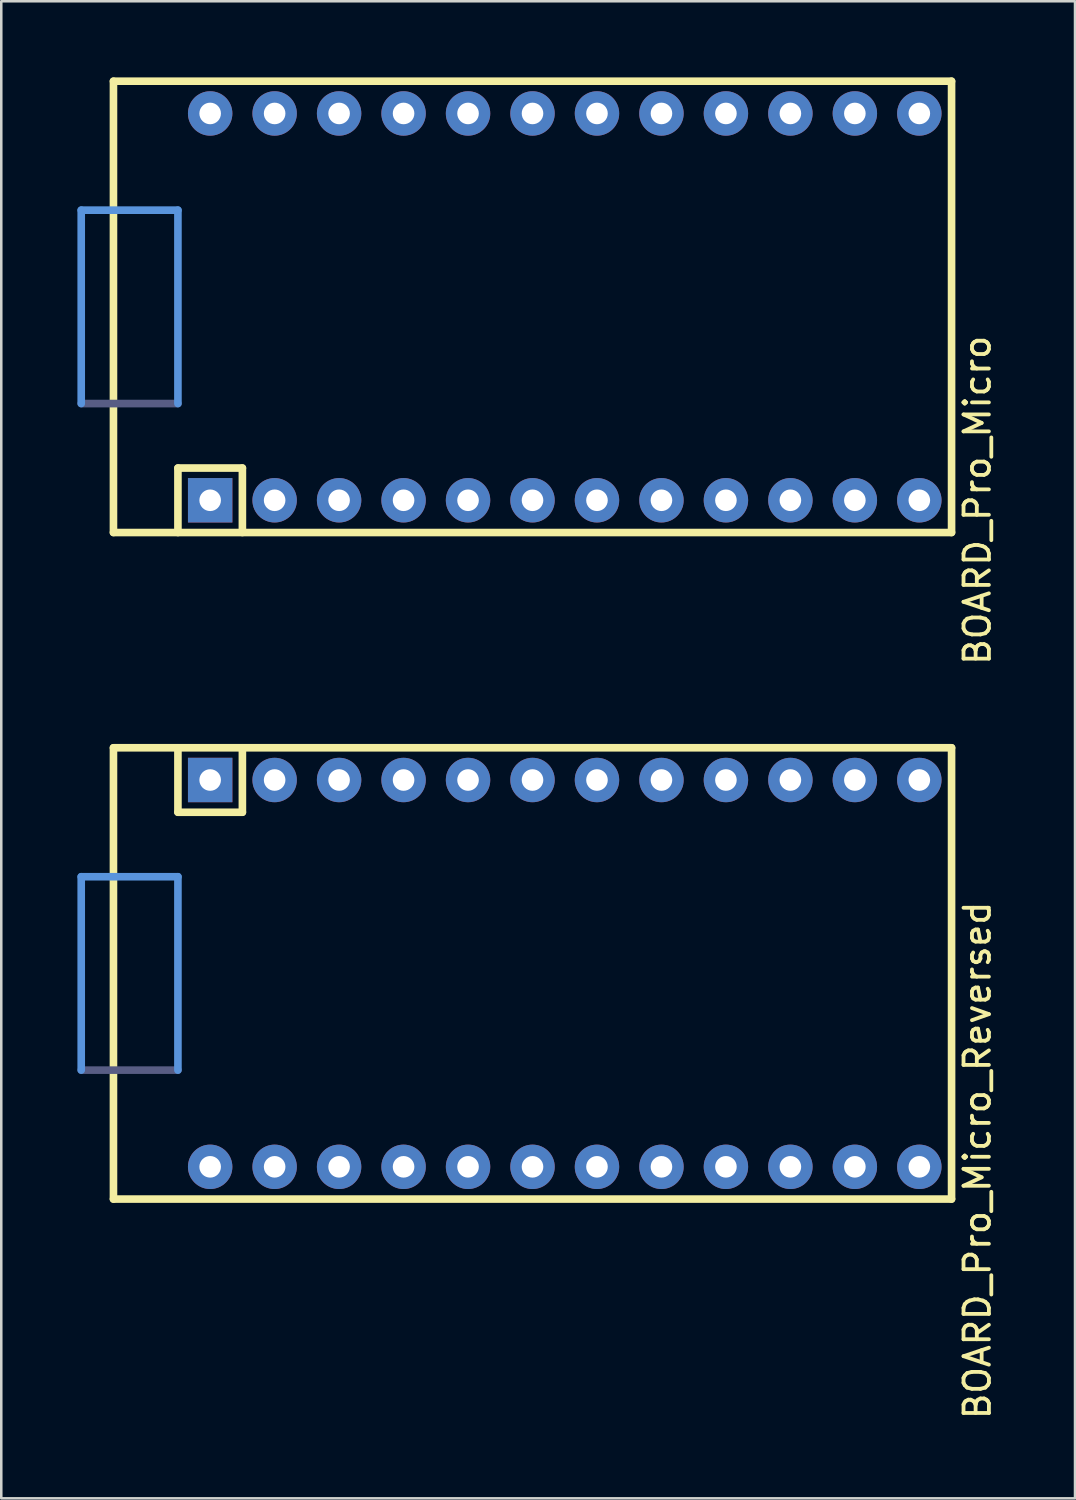
<source format=kicad_pcb>
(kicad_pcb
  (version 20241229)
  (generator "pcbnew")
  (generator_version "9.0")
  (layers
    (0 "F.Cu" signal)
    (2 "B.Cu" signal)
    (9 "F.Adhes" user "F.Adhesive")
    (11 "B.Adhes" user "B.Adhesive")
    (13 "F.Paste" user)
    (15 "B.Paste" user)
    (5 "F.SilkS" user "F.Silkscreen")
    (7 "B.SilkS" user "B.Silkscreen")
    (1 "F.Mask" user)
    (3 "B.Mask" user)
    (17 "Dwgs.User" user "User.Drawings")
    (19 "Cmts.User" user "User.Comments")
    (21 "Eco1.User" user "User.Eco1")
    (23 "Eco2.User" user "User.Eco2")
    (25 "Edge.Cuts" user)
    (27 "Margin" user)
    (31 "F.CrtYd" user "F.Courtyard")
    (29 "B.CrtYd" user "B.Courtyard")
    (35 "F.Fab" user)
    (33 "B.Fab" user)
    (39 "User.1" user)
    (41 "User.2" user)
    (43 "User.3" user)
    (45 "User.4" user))
  (footprint "BOARD_Pro_Micro_Reversed"
    (layer "F.Cu")
    (at 1.42 35.301)
    (property "Reference" "BOARD_Pro_Micro_Reversed" (at 34.036 7.366 270) (layer "F.SilkS") (effects (font (size 1 1) (thickness 0.15))))
    (attr through_hole)
    (fp_line (start 0 -8.89) (end 0 8.89) (stroke (width 0.3) (type solid)) (layer "F.SilkS"))
    (fp_line (start 0 8.89) (end 33.02 8.89) (stroke (width 0.3) (type solid)) (layer "F.SilkS"))
    (fp_line (start 2.54 -8.89) (end 2.54 -6.35) (stroke (width 0.3) (type solid)) (layer "F.SilkS"))
    (fp_line (start 2.54 -6.35) (end 5.08 -6.35) (stroke (width 0.3) (type solid)) (layer "F.SilkS"))
    (fp_line (start 5.08 -8.89) (end 5.08 -6.35) (stroke (width 0.3) (type solid)) (layer "F.SilkS"))
    (fp_line (start 33.02 -8.89) (end 0 -8.89) (stroke (width 0.3) (type solid)) (layer "F.SilkS"))
    (fp_line (start 33.02 8.89) (end 33.02 -8.89) (stroke (width 0.3) (type solid)) (layer "F.SilkS"))
    (fp_line (start -1.27 -3.81) (end -1.27 3.81) (stroke (width 0.3) (type solid)) (layer "Cmts.User"))
    (fp_line (start 2.54 -3.81) (end -1.27 -3.81) (stroke (width 0.3) (type solid)) (layer "Cmts.User"))
    (fp_line (start 2.54 3.81) (end 2.54 -3.81) (stroke (width 0.3) (type solid)) (layer "Cmts.User"))
    (fp_line (start -1.27 3.81) (end 2.54 3.81) (stroke (width 0.3) (type solid)) (layer "B.Fab"))
    (pad "1" thru_hole rect (at 3.81 -7.62) (size 1.75 1.75) (drill 0.85) (layers "*.Cu" "*.Mask"))
    (pad "2" thru_hole circle (at 6.35 -7.62) (size 1.75 1.75) (drill 0.85) (layers "*.Cu" "*.Mask"))
    (pad "3" thru_hole circle (at 8.89 -7.62) (size 1.75 1.75) (drill 0.85) (layers "*.Cu" "*.Mask"))
    (pad "4" thru_hole circle (at 11.43 -7.62) (size 1.75 1.75) (drill 0.85) (layers "*.Cu" "*.Mask"))
    (pad "5" thru_hole circle (at 13.97 -7.62) (size 1.75 1.75) (drill 0.85) (layers "*.Cu" "*.Mask"))
    (pad "6" thru_hole circle (at 16.51 -7.62) (size 1.75 1.75) (drill 0.85) (layers "*.Cu" "*.Mask"))
    (pad "7" thru_hole circle (at 19.05 -7.62) (size 1.75 1.75) (drill 0.85) (layers "*.Cu" "*.Mask"))
    (pad "8" thru_hole circle (at 21.59 -7.62) (size 1.75 1.75) (drill 0.85) (layers "*.Cu" "*.Mask"))
    (pad "9" thru_hole circle (at 24.13 -7.62) (size 1.75 1.75) (drill 0.85) (layers "*.Cu" "*.Mask"))
    (pad "10" thru_hole circle (at 26.67 -7.62) (size 1.75 1.75) (drill 0.85) (layers "*.Cu" "*.Mask"))
    (pad "11" thru_hole circle (at 29.21 -7.62) (size 1.75 1.75) (drill 0.85) (layers "*.Cu" "*.Mask"))
    (pad "12" thru_hole circle (at 31.75 -7.62) (size 1.75 1.75) (drill 0.85) (layers "*.Cu" "*.Mask"))
    (pad "13" thru_hole circle (at 31.75 7.62) (size 1.75 1.75) (drill 0.85) (layers "*.Cu" "*.Mask"))
    (pad "14" thru_hole circle (at 29.21 7.62) (size 1.75 1.75) (drill 0.85) (layers "*.Cu" "*.Mask"))
    (pad "15" thru_hole circle (at 26.67 7.62) (size 1.75 1.75) (drill 0.85) (layers "*.Cu" "*.Mask"))
    (pad "16" thru_hole circle (at 24.13 7.62) (size 1.75 1.75) (drill 0.85) (layers "*.Cu" "*.Mask"))
    (pad "17" thru_hole circle (at 21.59 7.62) (size 1.75 1.75) (drill 0.85) (layers "*.Cu" "*.Mask"))
    (pad "18" thru_hole circle (at 19.05 7.62) (size 1.75 1.75) (drill 0.85) (layers "*.Cu" "*.Mask"))
    (pad "19" thru_hole circle (at 16.51 7.62) (size 1.75 1.75) (drill 0.85) (layers "*.Cu" "*.Mask"))
    (pad "20" thru_hole circle (at 13.97 7.62) (size 1.75 1.75) (drill 0.85) (layers "*.Cu" "*.Mask"))
    (pad "21" thru_hole circle (at 11.43 7.62) (size 1.75 1.75) (drill 0.85) (layers "*.Cu" "*.Mask"))
    (pad "22" thru_hole circle (at 8.89 7.62) (size 1.75 1.75) (drill 0.85) (layers "*.Cu" "*.Mask"))
    (pad "23" thru_hole circle (at 6.35 7.62) (size 1.75 1.75) (drill 0.85) (layers "*.Cu" "*.Mask"))
    (pad "24" thru_hole circle (at 3.81 7.62) (size 1.75 1.75) (drill 0.85) (layers "*.Cu" "*.Mask")))
  (footprint "BOARD_Pro_Micro"
    (layer "F.Cu")
    (at 1.42 9.04)
    (property "Reference" "BOARD_Pro_Micro" (at 34.036 7.62 270) (layer "F.SilkS") (effects (font (size 1 1) (thickness 0.15))))
    (attr through_hole)
    (fp_line (start 0 -8.89) (end 0 8.89) (stroke (width 0.3) (type solid)) (layer "F.SilkS"))
    (fp_line (start 0 8.89) (end 33.02 8.89) (stroke (width 0.3) (type solid)) (layer "F.SilkS"))
    (fp_line (start 2.54 6.35) (end 2.54 8.89) (stroke (width 0.3) (type solid)) (layer "F.SilkS"))
    (fp_line (start 2.54 6.35) (end 5.08 6.35) (stroke (width 0.3) (type solid)) (layer "F.SilkS"))
    (fp_line (start 5.08 6.35) (end 5.08 8.89) (stroke (width 0.3) (type solid)) (layer "F.SilkS"))
    (fp_line (start 33.02 -8.89) (end 0 -8.89) (stroke (width 0.3) (type solid)) (layer "F.SilkS"))
    (fp_line (start 33.02 8.89) (end 33.02 -8.89) (stroke (width 0.3) (type solid)) (layer "F.SilkS"))
    (fp_line (start -1.27 -3.81) (end -1.27 3.81) (stroke (width 0.3) (type solid)) (layer "Cmts.User"))
    (fp_line (start 2.54 -3.81) (end -1.27 -3.81) (stroke (width 0.3) (type solid)) (layer "Cmts.User"))
    (fp_line (start 2.54 3.81) (end 2.54 -3.81) (stroke (width 0.3) (type solid)) (layer "Cmts.User"))
    (fp_line (start -1.27 3.81) (end 2.54 3.81) (stroke (width 0.3) (type solid)) (layer "B.Fab"))
    (pad "1" thru_hole rect (at 3.81 7.62) (size 1.75 1.75) (drill 0.85) (layers "*.Cu" "*.Mask"))
    (pad "2" thru_hole circle (at 6.35 7.62) (size 1.75 1.75) (drill 0.85) (layers "*.Cu" "*.Mask"))
    (pad "3" thru_hole circle (at 8.89 7.62) (size 1.75 1.75) (drill 0.85) (layers "*.Cu" "*.Mask"))
    (pad "4" thru_hole circle (at 11.43 7.62) (size 1.75 1.75) (drill 0.85) (layers "*.Cu" "*.Mask"))
    (pad "5" thru_hole circle (at 13.97 7.62) (size 1.75 1.75) (drill 0.85) (layers "*.Cu" "*.Mask"))
    (pad "6" thru_hole circle (at 16.51 7.62) (size 1.75 1.75) (drill 0.85) (layers "*.Cu" "*.Mask"))
    (pad "7" thru_hole circle (at 19.05 7.62) (size 1.75 1.75) (drill 0.85) (layers "*.Cu" "*.Mask"))
    (pad "8" thru_hole circle (at 21.59 7.62) (size 1.75 1.75) (drill 0.85) (layers "*.Cu" "*.Mask"))
    (pad "9" thru_hole circle (at 24.13 7.62) (size 1.75 1.75) (drill 0.85) (layers "*.Cu" "*.Mask"))
    (pad "10" thru_hole circle (at 26.67 7.62) (size 1.75 1.75) (drill 0.85) (layers "*.Cu" "*.Mask"))
    (pad "11" thru_hole circle (at 29.21 7.62) (size 1.75 1.75) (drill 0.85) (layers "*.Cu" "*.Mask"))
    (pad "12" thru_hole circle (at 31.75 7.62) (size 1.75 1.75) (drill 0.85) (layers "*.Cu" "*.Mask"))
    (pad "13" thru_hole circle (at 31.75 -7.62) (size 1.75 1.75) (drill 0.85) (layers "*.Cu" "*.Mask"))
    (pad "14" thru_hole circle (at 29.21 -7.62) (size 1.75 1.75) (drill 0.85) (layers "*.Cu" "*.Mask"))
    (pad "15" thru_hole circle (at 26.67 -7.62) (size 1.75 1.75) (drill 0.85) (layers "*.Cu" "*.Mask"))
    (pad "16" thru_hole circle (at 24.13 -7.62) (size 1.75 1.75) (drill 0.85) (layers "*.Cu" "*.Mask"))
    (pad "17" thru_hole circle (at 21.59 -7.62) (size 1.75 1.75) (drill 0.85) (layers "*.Cu" "*.Mask"))
    (pad "18" thru_hole circle (at 19.05 -7.62) (size 1.75 1.75) (drill 0.85) (layers "*.Cu" "*.Mask"))
    (pad "19" thru_hole circle (at 16.51 -7.62) (size 1.75 1.75) (drill 0.85) (layers "*.Cu" "*.Mask"))
    (pad "20" thru_hole circle (at 13.97 -7.62) (size 1.75 1.75) (drill 0.85) (layers "*.Cu" "*.Mask"))
    (pad "21" thru_hole circle (at 11.43 -7.62) (size 1.75 1.75) (drill 0.85) (layers "*.Cu" "*.Mask"))
    (pad "22" thru_hole circle (at 8.89 -7.62) (size 1.75 1.75) (drill 0.85) (layers "*.Cu" "*.Mask"))
    (pad "23" thru_hole circle (at 6.35 -7.62) (size 1.75 1.75) (drill 0.85) (layers "*.Cu" "*.Mask"))
    (pad "24" thru_hole circle (at 3.81 -7.62) (size 1.75 1.75) (drill 0.85) (layers "*.Cu" "*.Mask")))
  (gr_rect
    (start -3 -3)
    (end 39.304 55.983)
    (stroke (width 0.1) (type default))
    (fill no)
    (layer "Edge.Cuts")))
</source>
